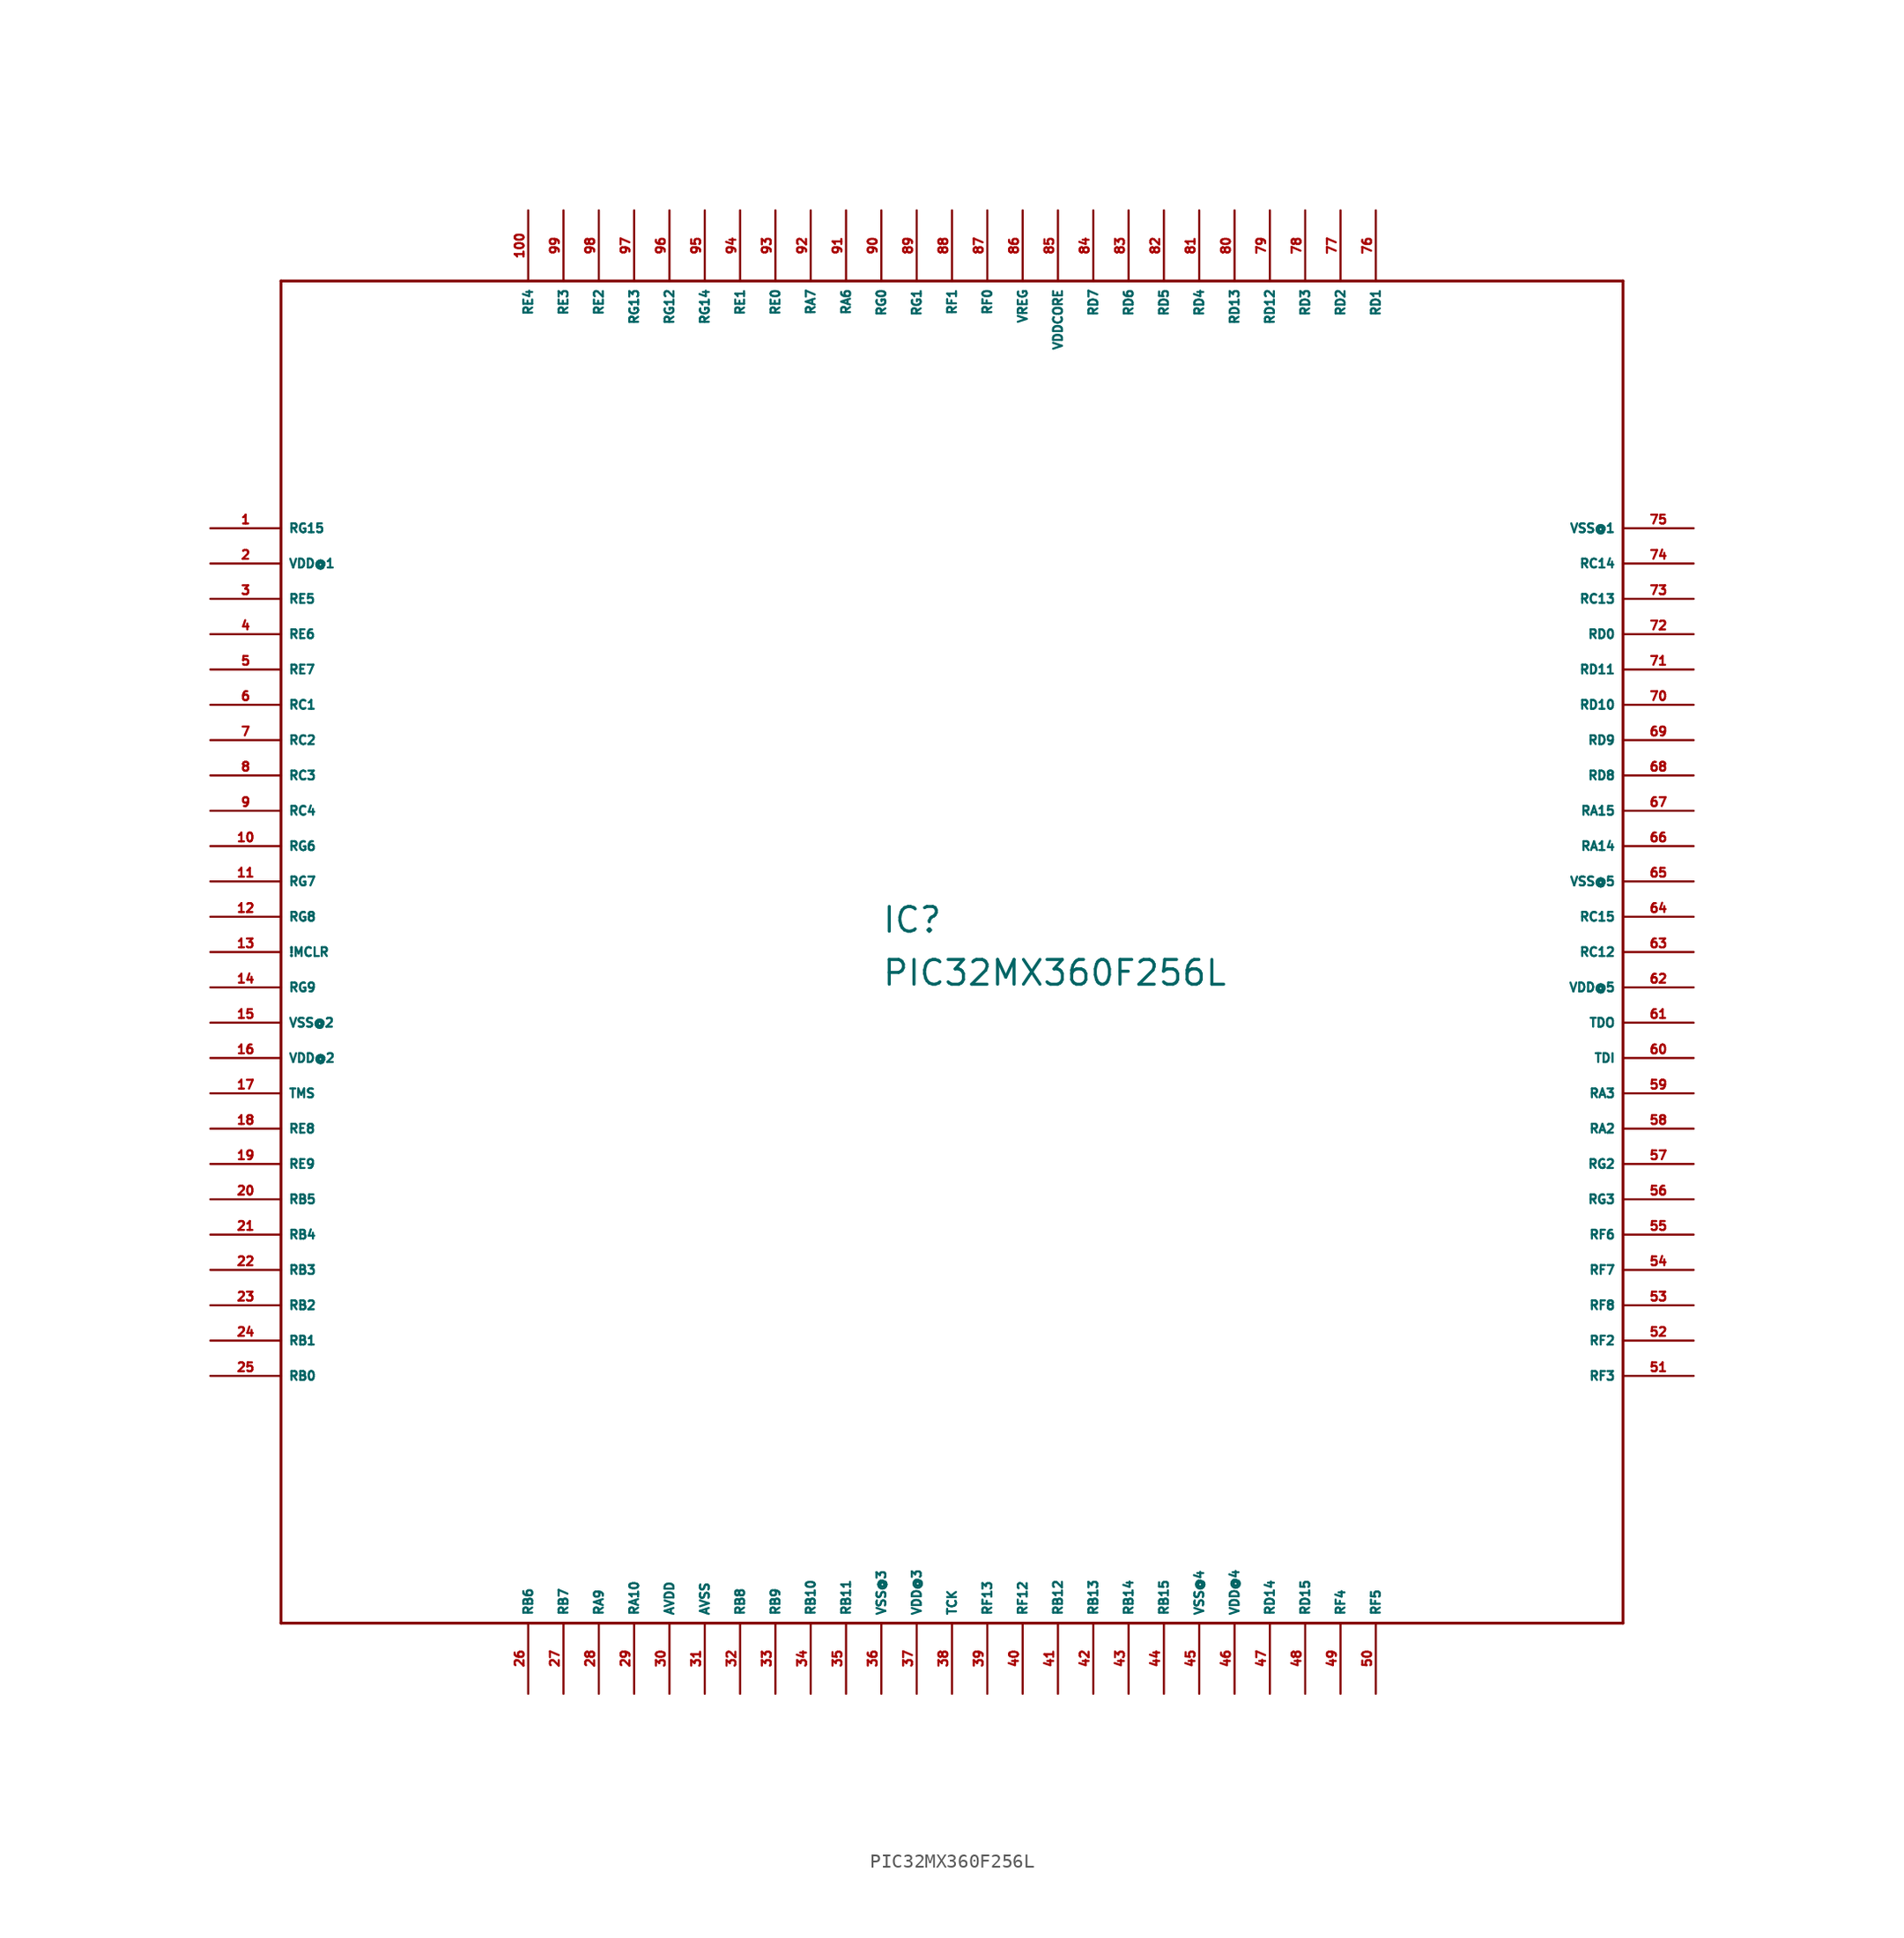
<source format=kicad_sym>
(kicad_symbol_lib
  (version 20220914)
  (generator Eagle2Kicad)
  (symbol "PIC32MX360F256L"
    (property "Reference" "IC"
      (at -5.08 1.27 0)
      (effects (font (size 1.778 1.778) (thickness 0.22)) (justify left bottom)))
    (property "Value" "PIC32MX360F256L"
      (at -5.08 -2.54 0)
      (effects (font (size 1.778 1.778) (thickness 0.22)) (justify left bottom)))
    (polyline
      (pts (xy -48.26 -48.26) (xy 48.26 -48.26))
      (stroke (width 0.203) (type default))
      (fill (type none)))
    (polyline
      (pts (xy 48.26 -48.26) (xy 48.26 48.26))
      (stroke (width 0.203) (type default))
      (fill (type none)))
    (polyline
      (pts (xy 48.26 48.26) (xy -48.26 48.26))
      (stroke (width 0.203) (type default))
      (fill (type none)))
    (polyline
      (pts (xy -48.26 48.26) (xy -48.26 -48.26))
      (stroke (width 0.203) (type default))
      (fill (type none)))
    (pin bidirectional line
      (at -53.34 30.48 0)
      (length 5.08)
      (name "RG15" (effects (font (size 0.635 0.635) (thickness 0.08)) (justify left bottom)))
      (number "1" (effects (font (size 0.635 0.635) (thickness 0.08)) (justify left bottom))))
    (pin unspecified line
      (at -53.34 27.94 0)
      (length 5.08)
      (name "VDD@1" (effects (font (size 0.635 0.635) (thickness 0.08)) (justify left bottom)))
      (number "2" (effects (font (size 0.635 0.635) (thickness 0.08)) (justify left bottom))))
    (pin bidirectional line
      (at -53.34 25.4 0)
      (length 5.08)
      (name "RE5" (effects (font (size 0.635 0.635) (thickness 0.08)) (justify left bottom)))
      (number "3" (effects (font (size 0.635 0.635) (thickness 0.08)) (justify left bottom))))
    (pin bidirectional line
      (at -53.34 22.86 0)
      (length 5.08)
      (name "RE6" (effects (font (size 0.635 0.635) (thickness 0.08)) (justify left bottom)))
      (number "4" (effects (font (size 0.635 0.635) (thickness 0.08)) (justify left bottom))))
    (pin bidirectional line
      (at -53.34 20.32 0)
      (length 5.08)
      (name "RE7" (effects (font (size 0.635 0.635) (thickness 0.08)) (justify left bottom)))
      (number "5" (effects (font (size 0.635 0.635) (thickness 0.08)) (justify left bottom))))
    (pin bidirectional line
      (at -53.34 17.78 0)
      (length 5.08)
      (name "RC1" (effects (font (size 0.635 0.635) (thickness 0.08)) (justify left bottom)))
      (number "6" (effects (font (size 0.635 0.635) (thickness 0.08)) (justify left bottom))))
    (pin bidirectional line
      (at -53.34 15.24 0)
      (length 5.08)
      (name "RC2" (effects (font (size 0.635 0.635) (thickness 0.08)) (justify left bottom)))
      (number "7" (effects (font (size 0.635 0.635) (thickness 0.08)) (justify left bottom))))
    (pin bidirectional line
      (at -53.34 12.7 0)
      (length 5.08)
      (name "RC3" (effects (font (size 0.635 0.635) (thickness 0.08)) (justify left bottom)))
      (number "8" (effects (font (size 0.635 0.635) (thickness 0.08)) (justify left bottom))))
    (pin bidirectional line
      (at -53.34 10.16 0)
      (length 5.08)
      (name "RC4" (effects (font (size 0.635 0.635) (thickness 0.08)) (justify left bottom)))
      (number "9" (effects (font (size 0.635 0.635) (thickness 0.08)) (justify left bottom))))
    (pin bidirectional line
      (at -53.34 7.62 0)
      (length 5.08)
      (name "RG6" (effects (font (size 0.635 0.635) (thickness 0.08)) (justify left bottom)))
      (number "10" (effects (font (size 0.635 0.635) (thickness 0.08)) (justify left bottom))))
    (pin bidirectional line
      (at -53.34 5.08 0)
      (length 5.08)
      (name "RG7" (effects (font (size 0.635 0.635) (thickness 0.08)) (justify left bottom)))
      (number "11" (effects (font (size 0.635 0.635) (thickness 0.08)) (justify left bottom))))
    (pin bidirectional line
      (at -53.34 2.54 0)
      (length 5.08)
      (name "RG8" (effects (font (size 0.635 0.635) (thickness 0.08)) (justify left bottom)))
      (number "12" (effects (font (size 0.635 0.635) (thickness 0.08)) (justify left bottom))))
    (pin input line
      (at -53.34 0 0)
      (length 5.08)
      (name "!MCLR" (effects (font (size 0.635 0.635) (thickness 0.08)) (justify left bottom)))
      (number "13" (effects (font (size 0.635 0.635) (thickness 0.08)) (justify left bottom))))
    (pin bidirectional line
      (at -53.34 -2.54 0)
      (length 5.08)
      (name "RG9" (effects (font (size 0.635 0.635) (thickness 0.08)) (justify left bottom)))
      (number "14" (effects (font (size 0.635 0.635) (thickness 0.08)) (justify left bottom))))
    (pin unspecified line
      (at -53.34 -5.08 0)
      (length 5.08)
      (name "VSS@2" (effects (font (size 0.635 0.635) (thickness 0.08)) (justify left bottom)))
      (number "15" (effects (font (size 0.635 0.635) (thickness 0.08)) (justify left bottom))))
    (pin unspecified line
      (at -53.34 -7.62 0)
      (length 5.08)
      (name "VDD@2" (effects (font (size 0.635 0.635) (thickness 0.08)) (justify left bottom)))
      (number "16" (effects (font (size 0.635 0.635) (thickness 0.08)) (justify left bottom))))
    (pin input line
      (at -53.34 -10.16 0)
      (length 5.08)
      (name "TMS" (effects (font (size 0.635 0.635) (thickness 0.08)) (justify left bottom)))
      (number "17" (effects (font (size 0.635 0.635) (thickness 0.08)) (justify left bottom))))
    (pin bidirectional line
      (at -53.34 -12.7 0)
      (length 5.08)
      (name "RE8" (effects (font (size 0.635 0.635) (thickness 0.08)) (justify left bottom)))
      (number "18" (effects (font (size 0.635 0.635) (thickness 0.08)) (justify left bottom))))
    (pin bidirectional line
      (at -53.34 -15.24 0)
      (length 5.08)
      (name "RE9" (effects (font (size 0.635 0.635) (thickness 0.08)) (justify left bottom)))
      (number "19" (effects (font (size 0.635 0.635) (thickness 0.08)) (justify left bottom))))
    (pin bidirectional line
      (at -53.34 -17.78 0)
      (length 5.08)
      (name "RB5" (effects (font (size 0.635 0.635) (thickness 0.08)) (justify left bottom)))
      (number "20" (effects (font (size 0.635 0.635) (thickness 0.08)) (justify left bottom))))
    (pin bidirectional line
      (at -53.34 -20.32 0)
      (length 5.08)
      (name "RB4" (effects (font (size 0.635 0.635) (thickness 0.08)) (justify left bottom)))
      (number "21" (effects (font (size 0.635 0.635) (thickness 0.08)) (justify left bottom))))
    (pin bidirectional line
      (at -53.34 -22.86 0)
      (length 5.08)
      (name "RB3" (effects (font (size 0.635 0.635) (thickness 0.08)) (justify left bottom)))
      (number "22" (effects (font (size 0.635 0.635) (thickness 0.08)) (justify left bottom))))
    (pin bidirectional line
      (at -53.34 -25.4 0)
      (length 5.08)
      (name "RB2" (effects (font (size 0.635 0.635) (thickness 0.08)) (justify left bottom)))
      (number "23" (effects (font (size 0.635 0.635) (thickness 0.08)) (justify left bottom))))
    (pin bidirectional line
      (at -53.34 -27.94 0)
      (length 5.08)
      (name "RB1" (effects (font (size 0.635 0.635) (thickness 0.08)) (justify left bottom)))
      (number "24" (effects (font (size 0.635 0.635) (thickness 0.08)) (justify left bottom))))
    (pin bidirectional line
      (at -53.34 -30.48 0)
      (length 5.08)
      (name "RB0" (effects (font (size 0.635 0.635) (thickness 0.08)) (justify left bottom)))
      (number "25" (effects (font (size 0.635 0.635) (thickness 0.08)) (justify left bottom))))
    (pin bidirectional line
      (at -30.48 -53.34 90)
      (length 5.08)
      (name "RB6" (effects (font (size 0.635 0.635) (thickness 0.08)) (justify left bottom)))
      (number "26" (effects (font (size 0.635 0.635) (thickness 0.08)) (justify left bottom))))
    (pin bidirectional line
      (at -27.94 -53.34 90)
      (length 5.08)
      (name "RB7" (effects (font (size 0.635 0.635) (thickness 0.08)) (justify left bottom)))
      (number "27" (effects (font (size 0.635 0.635) (thickness 0.08)) (justify left bottom))))
    (pin bidirectional line
      (at -25.4 -53.34 90)
      (length 5.08)
      (name "RA9" (effects (font (size 0.635 0.635) (thickness 0.08)) (justify left bottom)))
      (number "28" (effects (font (size 0.635 0.635) (thickness 0.08)) (justify left bottom))))
    (pin bidirectional line
      (at -22.86 -53.34 90)
      (length 5.08)
      (name "RA10" (effects (font (size 0.635 0.635) (thickness 0.08)) (justify left bottom)))
      (number "29" (effects (font (size 0.635 0.635) (thickness 0.08)) (justify left bottom))))
    (pin unspecified line
      (at -20.32 -53.34 90)
      (length 5.08)
      (name "AVDD" (effects (font (size 0.635 0.635) (thickness 0.08)) (justify left bottom)))
      (number "30" (effects (font (size 0.635 0.635) (thickness 0.08)) (justify left bottom))))
    (pin unspecified line
      (at -17.78 -53.34 90)
      (length 5.08)
      (name "AVSS" (effects (font (size 0.635 0.635) (thickness 0.08)) (justify left bottom)))
      (number "31" (effects (font (size 0.635 0.635) (thickness 0.08)) (justify left bottom))))
    (pin bidirectional line
      (at -15.24 -53.34 90)
      (length 5.08)
      (name "RB8" (effects (font (size 0.635 0.635) (thickness 0.08)) (justify left bottom)))
      (number "32" (effects (font (size 0.635 0.635) (thickness 0.08)) (justify left bottom))))
    (pin bidirectional line
      (at -12.7 -53.34 90)
      (length 5.08)
      (name "RB9" (effects (font (size 0.635 0.635) (thickness 0.08)) (justify left bottom)))
      (number "33" (effects (font (size 0.635 0.635) (thickness 0.08)) (justify left bottom))))
    (pin bidirectional line
      (at -10.16 -53.34 90)
      (length 5.08)
      (name "RB10" (effects (font (size 0.635 0.635) (thickness 0.08)) (justify left bottom)))
      (number "34" (effects (font (size 0.635 0.635) (thickness 0.08)) (justify left bottom))))
    (pin bidirectional line
      (at -7.62 -53.34 90)
      (length 5.08)
      (name "RB11" (effects (font (size 0.635 0.635) (thickness 0.08)) (justify left bottom)))
      (number "35" (effects (font (size 0.635 0.635) (thickness 0.08)) (justify left bottom))))
    (pin unspecified line
      (at -5.08 -53.34 90)
      (length 5.08)
      (name "VSS@3" (effects (font (size 0.635 0.635) (thickness 0.08)) (justify left bottom)))
      (number "36" (effects (font (size 0.635 0.635) (thickness 0.08)) (justify left bottom))))
    (pin unspecified line
      (at -2.54 -53.34 90)
      (length 5.08)
      (name "VDD@3" (effects (font (size 0.635 0.635) (thickness 0.08)) (justify left bottom)))
      (number "37" (effects (font (size 0.635 0.635) (thickness 0.08)) (justify left bottom))))
    (pin input line
      (at 0 -53.34 90)
      (length 5.08)
      (name "TCK" (effects (font (size 0.635 0.635) (thickness 0.08)) (justify left bottom)))
      (number "38" (effects (font (size 0.635 0.635) (thickness 0.08)) (justify left bottom))))
    (pin bidirectional line
      (at 2.54 -53.34 90)
      (length 5.08)
      (name "RF13" (effects (font (size 0.635 0.635) (thickness 0.08)) (justify left bottom)))
      (number "39" (effects (font (size 0.635 0.635) (thickness 0.08)) (justify left bottom))))
    (pin bidirectional line
      (at 5.08 -53.34 90)
      (length 5.08)
      (name "RF12" (effects (font (size 0.635 0.635) (thickness 0.08)) (justify left bottom)))
      (number "40" (effects (font (size 0.635 0.635) (thickness 0.08)) (justify left bottom))))
    (pin bidirectional line
      (at 7.62 -53.34 90)
      (length 5.08)
      (name "RB12" (effects (font (size 0.635 0.635) (thickness 0.08)) (justify left bottom)))
      (number "41" (effects (font (size 0.635 0.635) (thickness 0.08)) (justify left bottom))))
    (pin bidirectional line
      (at 10.16 -53.34 90)
      (length 5.08)
      (name "RB13" (effects (font (size 0.635 0.635) (thickness 0.08)) (justify left bottom)))
      (number "42" (effects (font (size 0.635 0.635) (thickness 0.08)) (justify left bottom))))
    (pin bidirectional line
      (at 12.7 -53.34 90)
      (length 5.08)
      (name "RB14" (effects (font (size 0.635 0.635) (thickness 0.08)) (justify left bottom)))
      (number "43" (effects (font (size 0.635 0.635) (thickness 0.08)) (justify left bottom))))
    (pin bidirectional line
      (at 15.24 -53.34 90)
      (length 5.08)
      (name "RB15" (effects (font (size 0.635 0.635) (thickness 0.08)) (justify left bottom)))
      (number "44" (effects (font (size 0.635 0.635) (thickness 0.08)) (justify left bottom))))
    (pin unspecified line
      (at 17.78 -53.34 90)
      (length 5.08)
      (name "VSS@4" (effects (font (size 0.635 0.635) (thickness 0.08)) (justify left bottom)))
      (number "45" (effects (font (size 0.635 0.635) (thickness 0.08)) (justify left bottom))))
    (pin unspecified line
      (at 20.32 -53.34 90)
      (length 5.08)
      (name "VDD@4" (effects (font (size 0.635 0.635) (thickness 0.08)) (justify left bottom)))
      (number "46" (effects (font (size 0.635 0.635) (thickness 0.08)) (justify left bottom))))
    (pin bidirectional line
      (at 22.86 -53.34 90)
      (length 5.08)
      (name "RD14" (effects (font (size 0.635 0.635) (thickness 0.08)) (justify left bottom)))
      (number "47" (effects (font (size 0.635 0.635) (thickness 0.08)) (justify left bottom))))
    (pin bidirectional line
      (at 25.4 -53.34 90)
      (length 5.08)
      (name "RD15" (effects (font (size 0.635 0.635) (thickness 0.08)) (justify left bottom)))
      (number "48" (effects (font (size 0.635 0.635) (thickness 0.08)) (justify left bottom))))
    (pin bidirectional line
      (at 27.94 -53.34 90)
      (length 5.08)
      (name "RF4" (effects (font (size 0.635 0.635) (thickness 0.08)) (justify left bottom)))
      (number "49" (effects (font (size 0.635 0.635) (thickness 0.08)) (justify left bottom))))
    (pin bidirectional line
      (at 30.48 -53.34 90)
      (length 5.08)
      (name "RF5" (effects (font (size 0.635 0.635) (thickness 0.08)) (justify left bottom)))
      (number "50" (effects (font (size 0.635 0.635) (thickness 0.08)) (justify left bottom))))
    (pin bidirectional line
      (at 53.34 -30.48 180)
      (length 5.08)
      (name "RF3" (effects (font (size 0.635 0.635) (thickness 0.08)) (justify left bottom)))
      (number "51" (effects (font (size 0.635 0.635) (thickness 0.08)) (justify left bottom))))
    (pin bidirectional line
      (at 53.34 -27.94 180)
      (length 5.08)
      (name "RF2" (effects (font (size 0.635 0.635) (thickness 0.08)) (justify left bottom)))
      (number "52" (effects (font (size 0.635 0.635) (thickness 0.08)) (justify left bottom))))
    (pin bidirectional line
      (at 53.34 -25.4 180)
      (length 5.08)
      (name "RF8" (effects (font (size 0.635 0.635) (thickness 0.08)) (justify left bottom)))
      (number "53" (effects (font (size 0.635 0.635) (thickness 0.08)) (justify left bottom))))
    (pin bidirectional line
      (at 53.34 -22.86 180)
      (length 5.08)
      (name "RF7" (effects (font (size 0.635 0.635) (thickness 0.08)) (justify left bottom)))
      (number "54" (effects (font (size 0.635 0.635) (thickness 0.08)) (justify left bottom))))
    (pin bidirectional line
      (at 53.34 -20.32 180)
      (length 5.08)
      (name "RF6" (effects (font (size 0.635 0.635) (thickness 0.08)) (justify left bottom)))
      (number "55" (effects (font (size 0.635 0.635) (thickness 0.08)) (justify left bottom))))
    (pin bidirectional line
      (at 53.34 -17.78 180)
      (length 5.08)
      (name "RG3" (effects (font (size 0.635 0.635) (thickness 0.08)) (justify left bottom)))
      (number "56" (effects (font (size 0.635 0.635) (thickness 0.08)) (justify left bottom))))
    (pin bidirectional line
      (at 53.34 -15.24 180)
      (length 5.08)
      (name "RG2" (effects (font (size 0.635 0.635) (thickness 0.08)) (justify left bottom)))
      (number "57" (effects (font (size 0.635 0.635) (thickness 0.08)) (justify left bottom))))
    (pin bidirectional line
      (at 53.34 -12.7 180)
      (length 5.08)
      (name "RA2" (effects (font (size 0.635 0.635) (thickness 0.08)) (justify left bottom)))
      (number "58" (effects (font (size 0.635 0.635) (thickness 0.08)) (justify left bottom))))
    (pin bidirectional line
      (at 53.34 -10.16 180)
      (length 5.08)
      (name "RA3" (effects (font (size 0.635 0.635) (thickness 0.08)) (justify left bottom)))
      (number "59" (effects (font (size 0.635 0.635) (thickness 0.08)) (justify left bottom))))
    (pin input line
      (at 53.34 -7.62 180)
      (length 5.08)
      (name "TDI" (effects (font (size 0.635 0.635) (thickness 0.08)) (justify left bottom)))
      (number "60" (effects (font (size 0.635 0.635) (thickness 0.08)) (justify left bottom))))
    (pin output line
      (at 53.34 -5.08 180)
      (length 5.08)
      (name "TDO" (effects (font (size 0.635 0.635) (thickness 0.08)) (justify left bottom)))
      (number "61" (effects (font (size 0.635 0.635) (thickness 0.08)) (justify left bottom))))
    (pin unspecified line
      (at 53.34 -2.54 180)
      (length 5.08)
      (name "VDD@5" (effects (font (size 0.635 0.635) (thickness 0.08)) (justify left bottom)))
      (number "62" (effects (font (size 0.635 0.635) (thickness 0.08)) (justify left bottom))))
    (pin bidirectional line
      (at 53.34 0 180)
      (length 5.08)
      (name "RC12" (effects (font (size 0.635 0.635) (thickness 0.08)) (justify left bottom)))
      (number "63" (effects (font (size 0.635 0.635) (thickness 0.08)) (justify left bottom))))
    (pin bidirectional line
      (at 53.34 2.54 180)
      (length 5.08)
      (name "RC15" (effects (font (size 0.635 0.635) (thickness 0.08)) (justify left bottom)))
      (number "64" (effects (font (size 0.635 0.635) (thickness 0.08)) (justify left bottom))))
    (pin unspecified line
      (at 53.34 5.08 180)
      (length 5.08)
      (name "VSS@5" (effects (font (size 0.635 0.635) (thickness 0.08)) (justify left bottom)))
      (number "65" (effects (font (size 0.635 0.635) (thickness 0.08)) (justify left bottom))))
    (pin bidirectional line
      (at 53.34 7.62 180)
      (length 5.08)
      (name "RA14" (effects (font (size 0.635 0.635) (thickness 0.08)) (justify left bottom)))
      (number "66" (effects (font (size 0.635 0.635) (thickness 0.08)) (justify left bottom))))
    (pin bidirectional line
      (at 53.34 10.16 180)
      (length 5.08)
      (name "RA15" (effects (font (size 0.635 0.635) (thickness 0.08)) (justify left bottom)))
      (number "67" (effects (font (size 0.635 0.635) (thickness 0.08)) (justify left bottom))))
    (pin bidirectional line
      (at 53.34 12.7 180)
      (length 5.08)
      (name "RD8" (effects (font (size 0.635 0.635) (thickness 0.08)) (justify left bottom)))
      (number "68" (effects (font (size 0.635 0.635) (thickness 0.08)) (justify left bottom))))
    (pin bidirectional line
      (at 53.34 15.24 180)
      (length 5.08)
      (name "RD9" (effects (font (size 0.635 0.635) (thickness 0.08)) (justify left bottom)))
      (number "69" (effects (font (size 0.635 0.635) (thickness 0.08)) (justify left bottom))))
    (pin bidirectional line
      (at 53.34 17.78 180)
      (length 5.08)
      (name "RD10" (effects (font (size 0.635 0.635) (thickness 0.08)) (justify left bottom)))
      (number "70" (effects (font (size 0.635 0.635) (thickness 0.08)) (justify left bottom))))
    (pin bidirectional line
      (at 53.34 20.32 180)
      (length 5.08)
      (name "RD11" (effects (font (size 0.635 0.635) (thickness 0.08)) (justify left bottom)))
      (number "71" (effects (font (size 0.635 0.635) (thickness 0.08)) (justify left bottom))))
    (pin bidirectional line
      (at 53.34 22.86 180)
      (length 5.08)
      (name "RD0" (effects (font (size 0.635 0.635) (thickness 0.08)) (justify left bottom)))
      (number "72" (effects (font (size 0.635 0.635) (thickness 0.08)) (justify left bottom))))
    (pin bidirectional line
      (at 53.34 25.4 180)
      (length 5.08)
      (name "RC13" (effects (font (size 0.635 0.635) (thickness 0.08)) (justify left bottom)))
      (number "73" (effects (font (size 0.635 0.635) (thickness 0.08)) (justify left bottom))))
    (pin bidirectional line
      (at 53.34 27.94 180)
      (length 5.08)
      (name "RC14" (effects (font (size 0.635 0.635) (thickness 0.08)) (justify left bottom)))
      (number "74" (effects (font (size 0.635 0.635) (thickness 0.08)) (justify left bottom))))
    (pin unspecified line
      (at 53.34 30.48 180)
      (length 5.08)
      (name "VSS@1" (effects (font (size 0.635 0.635) (thickness 0.08)) (justify left bottom)))
      (number "75" (effects (font (size 0.635 0.635) (thickness 0.08)) (justify left bottom))))
    (pin bidirectional line
      (at 30.48 53.34 270)
      (length 5.08)
      (name "RD1" (effects (font (size 0.635 0.635) (thickness 0.08)) (justify left bottom)))
      (number "76" (effects (font (size 0.635 0.635) (thickness 0.08)) (justify left bottom))))
    (pin bidirectional line
      (at 27.94 53.34 270)
      (length 5.08)
      (name "RD2" (effects (font (size 0.635 0.635) (thickness 0.08)) (justify left bottom)))
      (number "77" (effects (font (size 0.635 0.635) (thickness 0.08)) (justify left bottom))))
    (pin bidirectional line
      (at 25.4 53.34 270)
      (length 5.08)
      (name "RD3" (effects (font (size 0.635 0.635) (thickness 0.08)) (justify left bottom)))
      (number "78" (effects (font (size 0.635 0.635) (thickness 0.08)) (justify left bottom))))
    (pin bidirectional line
      (at 22.86 53.34 270)
      (length 5.08)
      (name "RD12" (effects (font (size 0.635 0.635) (thickness 0.08)) (justify left bottom)))
      (number "79" (effects (font (size 0.635 0.635) (thickness 0.08)) (justify left bottom))))
    (pin bidirectional line
      (at 20.32 53.34 270)
      (length 5.08)
      (name "RD13" (effects (font (size 0.635 0.635) (thickness 0.08)) (justify left bottom)))
      (number "80" (effects (font (size 0.635 0.635) (thickness 0.08)) (justify left bottom))))
    (pin bidirectional line
      (at 17.78 53.34 270)
      (length 5.08)
      (name "RD4" (effects (font (size 0.635 0.635) (thickness 0.08)) (justify left bottom)))
      (number "81" (effects (font (size 0.635 0.635) (thickness 0.08)) (justify left bottom))))
    (pin bidirectional line
      (at 15.24 53.34 270)
      (length 5.08)
      (name "RD5" (effects (font (size 0.635 0.635) (thickness 0.08)) (justify left bottom)))
      (number "82" (effects (font (size 0.635 0.635) (thickness 0.08)) (justify left bottom))))
    (pin bidirectional line
      (at 12.7 53.34 270)
      (length 5.08)
      (name "RD6" (effects (font (size 0.635 0.635) (thickness 0.08)) (justify left bottom)))
      (number "83" (effects (font (size 0.635 0.635) (thickness 0.08)) (justify left bottom))))
    (pin bidirectional line
      (at 10.16 53.34 270)
      (length 5.08)
      (name "RD7" (effects (font (size 0.635 0.635) (thickness 0.08)) (justify left bottom)))
      (number "84" (effects (font (size 0.635 0.635) (thickness 0.08)) (justify left bottom))))
    (pin unspecified line
      (at 7.62 53.34 270)
      (length 5.08)
      (name "VDDCORE" (effects (font (size 0.635 0.635) (thickness 0.08)) (justify left bottom)))
      (number "85" (effects (font (size 0.635 0.635) (thickness 0.08)) (justify left bottom))))
    (pin passive line
      (at 5.08 53.34 270)
      (length 5.08)
      (name "VREG" (effects (font (size 0.635 0.635) (thickness 0.08)) (justify left bottom)))
      (number "86" (effects (font (size 0.635 0.635) (thickness 0.08)) (justify left bottom))))
    (pin bidirectional line
      (at 2.54 53.34 270)
      (length 5.08)
      (name "RF0" (effects (font (size 0.635 0.635) (thickness 0.08)) (justify left bottom)))
      (number "87" (effects (font (size 0.635 0.635) (thickness 0.08)) (justify left bottom))))
    (pin bidirectional line
      (at 0 53.34 270)
      (length 5.08)
      (name "RF1" (effects (font (size 0.635 0.635) (thickness 0.08)) (justify left bottom)))
      (number "88" (effects (font (size 0.635 0.635) (thickness 0.08)) (justify left bottom))))
    (pin bidirectional line
      (at -2.54 53.34 270)
      (length 5.08)
      (name "RG1" (effects (font (size 0.635 0.635) (thickness 0.08)) (justify left bottom)))
      (number "89" (effects (font (size 0.635 0.635) (thickness 0.08)) (justify left bottom))))
    (pin bidirectional line
      (at -5.08 53.34 270)
      (length 5.08)
      (name "RG0" (effects (font (size 0.635 0.635) (thickness 0.08)) (justify left bottom)))
      (number "90" (effects (font (size 0.635 0.635) (thickness 0.08)) (justify left bottom))))
    (pin bidirectional line
      (at -7.62 53.34 270)
      (length 5.08)
      (name "RA6" (effects (font (size 0.635 0.635) (thickness 0.08)) (justify left bottom)))
      (number "91" (effects (font (size 0.635 0.635) (thickness 0.08)) (justify left bottom))))
    (pin bidirectional line
      (at -10.16 53.34 270)
      (length 5.08)
      (name "RA7" (effects (font (size 0.635 0.635) (thickness 0.08)) (justify left bottom)))
      (number "92" (effects (font (size 0.635 0.635) (thickness 0.08)) (justify left bottom))))
    (pin bidirectional line
      (at -12.7 53.34 270)
      (length 5.08)
      (name "RE0" (effects (font (size 0.635 0.635) (thickness 0.08)) (justify left bottom)))
      (number "93" (effects (font (size 0.635 0.635) (thickness 0.08)) (justify left bottom))))
    (pin bidirectional line
      (at -15.24 53.34 270)
      (length 5.08)
      (name "RE1" (effects (font (size 0.635 0.635) (thickness 0.08)) (justify left bottom)))
      (number "94" (effects (font (size 0.635 0.635) (thickness 0.08)) (justify left bottom))))
    (pin bidirectional line
      (at -17.78 53.34 270)
      (length 5.08)
      (name "RG14" (effects (font (size 0.635 0.635) (thickness 0.08)) (justify left bottom)))
      (number "95" (effects (font (size 0.635 0.635) (thickness 0.08)) (justify left bottom))))
    (pin bidirectional line
      (at -20.32 53.34 270)
      (length 5.08)
      (name "RG12" (effects (font (size 0.635 0.635) (thickness 0.08)) (justify left bottom)))
      (number "96" (effects (font (size 0.635 0.635) (thickness 0.08)) (justify left bottom))))
    (pin bidirectional line
      (at -22.86 53.34 270)
      (length 5.08)
      (name "RG13" (effects (font (size 0.635 0.635) (thickness 0.08)) (justify left bottom)))
      (number "97" (effects (font (size 0.635 0.635) (thickness 0.08)) (justify left bottom))))
    (pin bidirectional line
      (at -25.4 53.34 270)
      (length 5.08)
      (name "RE2" (effects (font (size 0.635 0.635) (thickness 0.08)) (justify left bottom)))
      (number "98" (effects (font (size 0.635 0.635) (thickness 0.08)) (justify left bottom))))
    (pin bidirectional line
      (at -27.94 53.34 270)
      (length 5.08)
      (name "RE3" (effects (font (size 0.635 0.635) (thickness 0.08)) (justify left bottom)))
      (number "99" (effects (font (size 0.635 0.635) (thickness 0.08)) (justify left bottom))))
    (pin bidirectional line
      (at -30.48 53.34 270)
      (length 5.08)
      (name "RE4" (effects (font (size 0.635 0.635) (thickness 0.08)) (justify left bottom)))
      (number "100" (effects (font (size 0.635 0.635) (thickness 0.08)) (justify left bottom))))))
</source>
